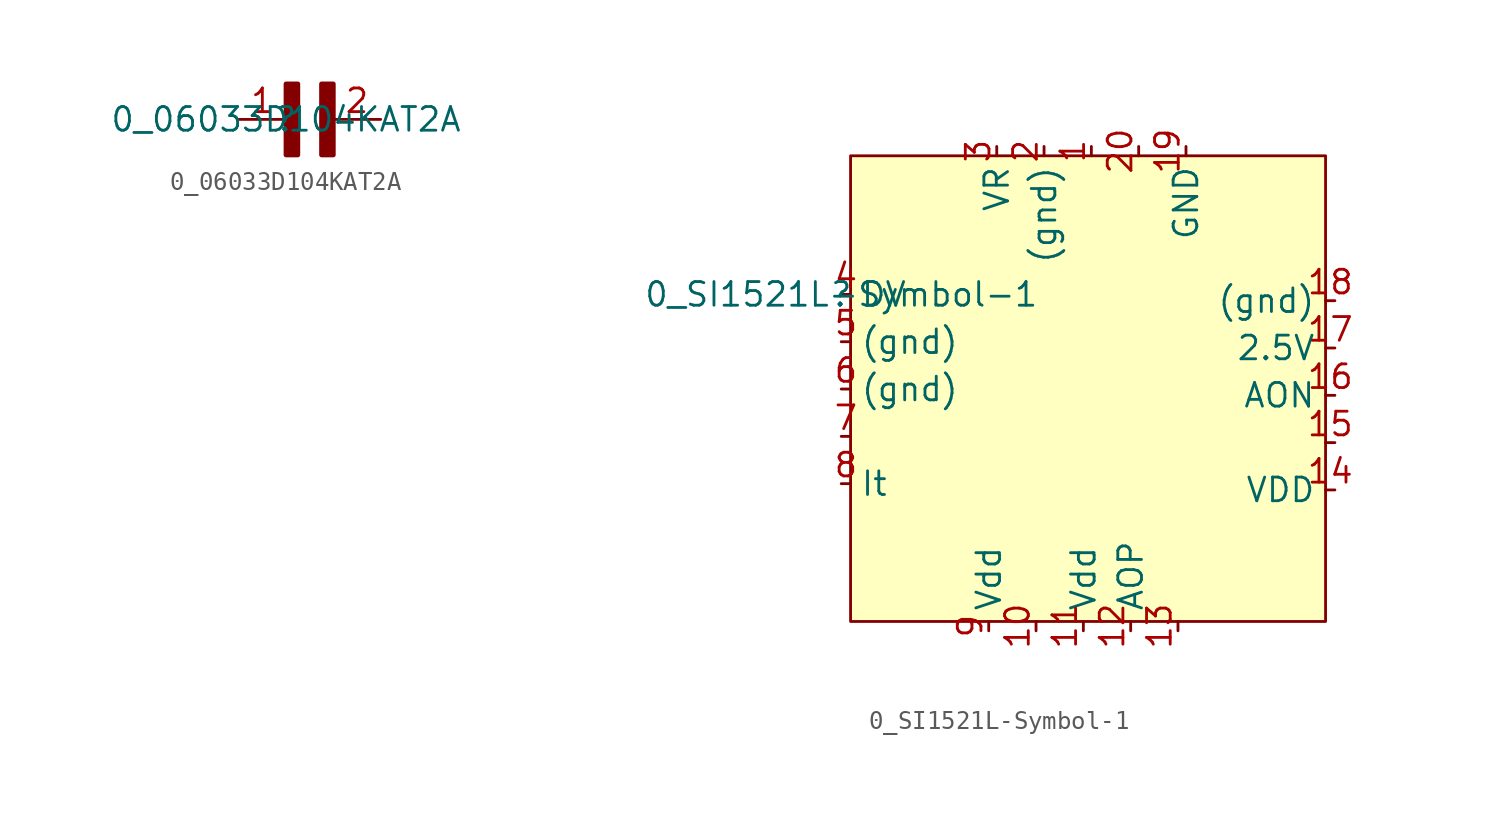
<source format=kicad_sym>
(kicad_symbol_lib
  (version 20211014)
  (generator kicad_symbol_editor)
  (symbol "0_06033D104KAT2A"
    (property "Reference" ""
      (at 0 0 0)
      (effects (font (size 1.27 1.27))))
    (property "Value" "0_06033D104KAT2A"
      (at 0 0 0)
      (effects (font (size 1.27 1.27))))
    (symbol "0_06033D104KAT2A_1_0"
      (rectangle (start 0.635 1.905) (end 0 -1.907) (stroke (width 0.254) (type default) (color 0 0 0 0)) (fill (type outline)))
      (rectangle (start 2.54 1.905) (end 1.907 -1.907) (stroke (width 0.254) (type default) (color 0 0 0 0)) (fill (type outline)))
      (pin passive line (at -2.54 0 0) (length 2.54) (name "1" (effects (font (size 0 0)))) (number "1" (effects (font (size 1.27 1.27)))))
      (pin passive line (at 5.08 0 180) (length 2.54) (name "2" (effects (font (size 0 0)))) (number "2" (effects (font (size 1.27 1.27)))))))
  (symbol "0_SI1521L-Symbol-1"
    (property "Reference" ""
      (at 0 0 0)
      (effects (font (size 1.27 1.27))))
    (property "Value" "0_SI1521L-Symbol-1"
      (at 0 0 0)
      (effects (font (size 1.27 1.27))))
    (symbol "0_SI1521L-Symbol-1_1_0"
      (rectangle (start 26 7.442) (end 0.5 -17.558) (stroke (width 0) (type default) (color 0 0 0 0)) (fill (type background)))
      (pin input line (at 13.427 7.942 270) (length 0.5) (name "" (effects (font (size 1.27 1.27)))) (number "1" (effects (font (size 1.27 1.27)))))
      (pin input line (at 10.457 -18.058 90) (length 0.5) (name "" (effects (font (size 1.27 1.27)))) (number "10" (effects (font (size 1.27 1.27)))))
      (pin input line (at 12.997 -18.058 90) (length 0.5) (name "Vdd" (effects (font (size 1.27 1.27)))) (number "11" (effects (font (size 1.27 1.27)))))
      (pin input line (at 15.537 -18.058 90) (length 0.5) (name "AOP" (effects (font (size 1.27 1.27)))) (number "12" (effects (font (size 1.27 1.27)))))
      (pin input line (at 18.077 -18.058 90) (length 0.5) (name "" (effects (font (size 1.27 1.27)))) (number "13" (effects (font (size 1.27 1.27)))))
      (pin input line (at 26.5 -10.496 180) (length 0.5) (name "VDD" (effects (font (size 1.27 1.27)))) (number "14" (effects (font (size 1.27 1.27)))))
      (pin input line (at 26.5 -7.957 180) (length 0.5) (name "" (effects (font (size 1.27 1.27)))) (number "15" (effects (font (size 1.27 1.27)))))
      (pin input line (at 26.5 -5.417 180) (length 0.5) (name "AON" (effects (font (size 1.27 1.27)))) (number "16" (effects (font (size 1.27 1.27)))))
      (pin input line (at 26.5 -2.877 180) (length 0.5) (name "2.5V" (effects (font (size 1.27 1.27)))) (number "17" (effects (font (size 1.27 1.27)))))
      (pin input line (at 26.5 -0.337 180) (length 0.5) (name "(gnd)" (effects (font (size 1.27 1.27)))) (number "18" (effects (font (size 1.27 1.27)))))
      (pin input line (at 18.507 7.942 270) (length 0.5) (name "GND" (effects (font (size 1.27 1.27)))) (number "19" (effects (font (size 1.27 1.27)))))
      (pin input line (at 10.887 7.942 270) (length 0.5) (name "(gnd)" (effects (font (size 1.27 1.27)))) (number "2" (effects (font (size 1.27 1.27)))))
      (pin input line (at 15.967 7.942 270) (length 0.5) (name "" (effects (font (size 1.27 1.27)))) (number "20" (effects (font (size 1.27 1.27)))))
      (pin input line (at 8.347 7.942 270) (length 0.5) (name "VR" (effects (font (size 1.27 1.27)))) (number "3" (effects (font (size 1.27 1.27)))))
      (pin input line (at 0.0001 0 0) (length 0.5) (name "DV" (effects (font (size 1.27 1.27)))) (number "4" (effects (font (size 1.27 1.27)))))
      (pin input line (at 0.0001 -2.54 0) (length 0.5) (name "(gnd)" (effects (font (size 1.27 1.27)))) (number "5" (effects (font (size 1.27 1.27)))))
      (pin input line (at 0.0001 -5.08 0) (length 0.5) (name "(gnd)" (effects (font (size 1.27 1.27)))) (number "6" (effects (font (size 1.27 1.27)))))
      (pin input line (at 0.0001 -7.62 0) (length 0.5) (name "" (effects (font (size 1.27 1.27)))) (number "7" (effects (font (size 1.27 1.27)))))
      (pin input line (at 0.0001 -10.16 0) (length 0.5) (name "It" (effects (font (size 1.27 1.27)))) (number "8" (effects (font (size 1.27 1.27)))))
      (pin input line (at 7.917 -18.058 90) (length 0.5) (name "Vdd" (effects (font (size 1.27 1.27)))) (number "9" (effects (font (size 1.27 1.27))))))))
</source>
